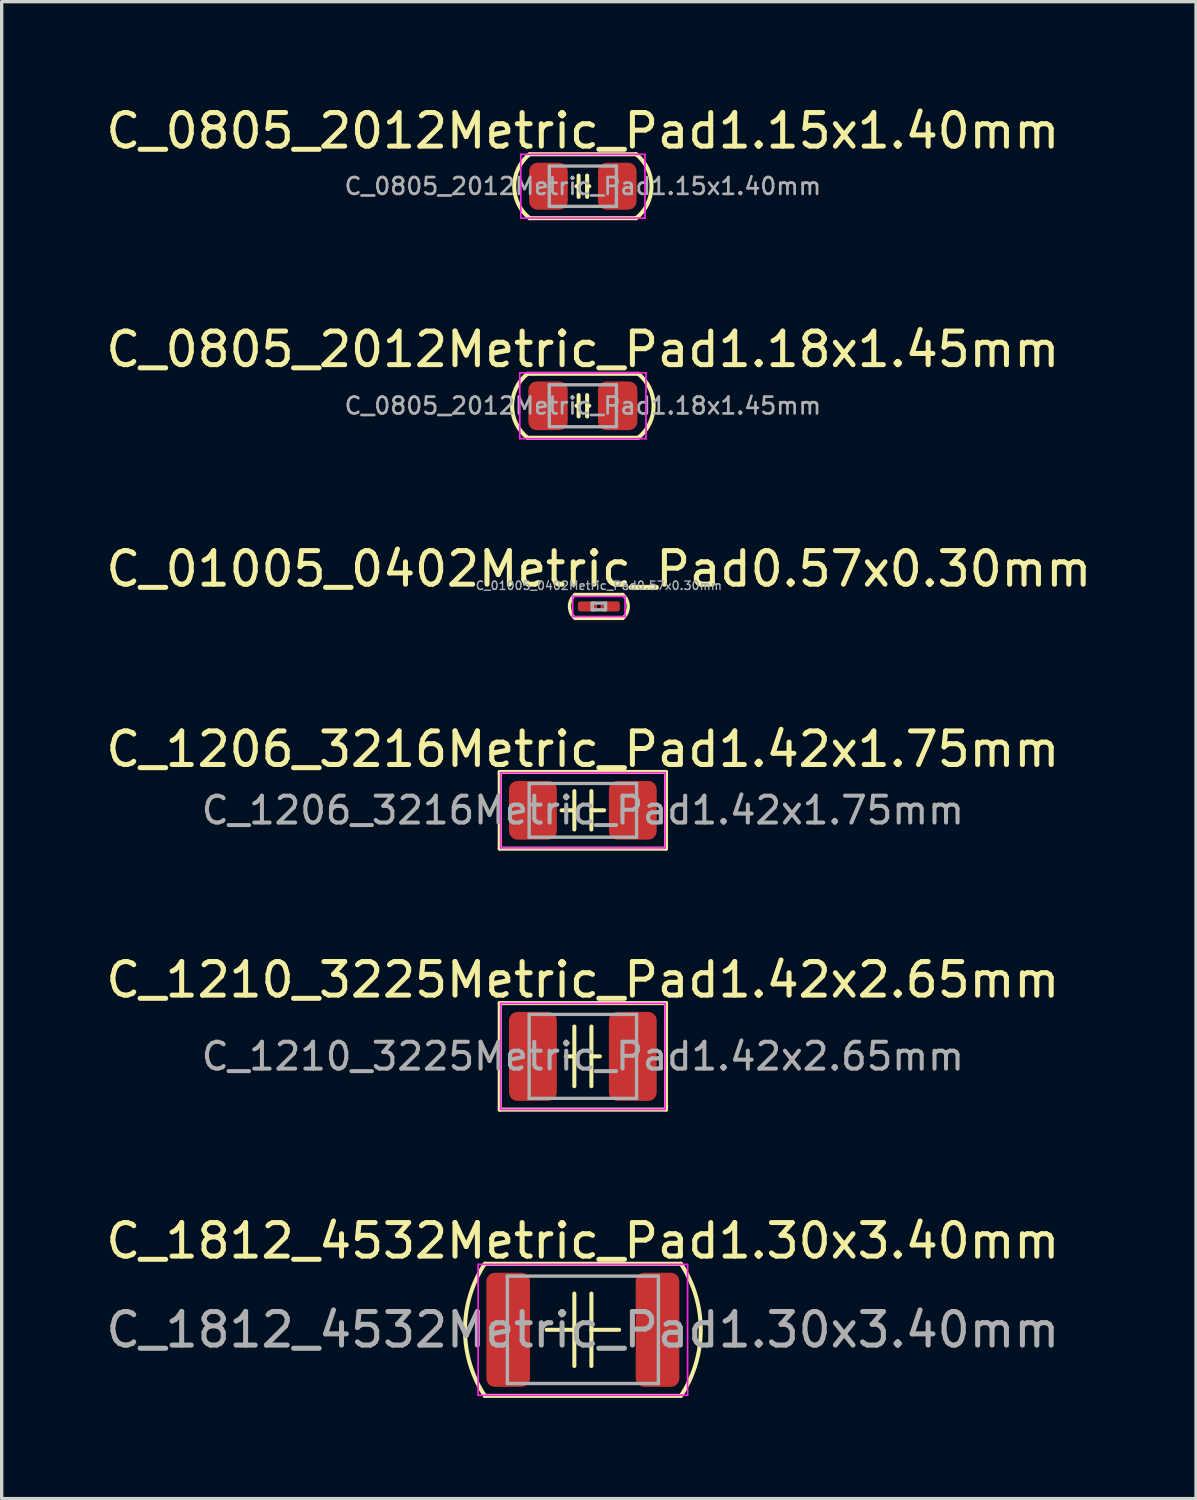
<source format=kicad_pcb>
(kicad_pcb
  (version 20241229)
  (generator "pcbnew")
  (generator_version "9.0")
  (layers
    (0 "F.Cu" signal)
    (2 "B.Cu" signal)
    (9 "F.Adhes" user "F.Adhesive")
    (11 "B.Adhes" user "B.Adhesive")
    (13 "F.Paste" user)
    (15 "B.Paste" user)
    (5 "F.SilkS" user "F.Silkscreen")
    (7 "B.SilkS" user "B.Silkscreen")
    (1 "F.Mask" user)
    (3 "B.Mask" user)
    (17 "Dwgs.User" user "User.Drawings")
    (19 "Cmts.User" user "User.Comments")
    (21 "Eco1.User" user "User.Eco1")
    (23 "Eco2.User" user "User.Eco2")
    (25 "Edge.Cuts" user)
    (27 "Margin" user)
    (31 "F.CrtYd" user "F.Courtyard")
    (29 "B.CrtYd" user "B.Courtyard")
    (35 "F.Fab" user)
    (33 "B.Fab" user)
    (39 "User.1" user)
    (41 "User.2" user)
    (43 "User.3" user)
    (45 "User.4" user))
  (footprint "C_0805_2012Metric_Pad1.15x1.40mm"
    (layer "F.Cu")
    (at 14.315 2.498)
    (property "Reference" "C_0805_2012Metric_Pad1.15x1.40mm" (at 0 -1.65 0) (layer "F.SilkS") (effects (font (size 1 1) (thickness 0.15))))
    (attr smd)
    (fp_line (start -1.587 0.953) (end 1.587 0.953) (stroke (width 0.12) (type solid)) (layer "F.SilkS"))
    (fp_line (start -0.127 -0.318) (end -0.127 0.318) (stroke (width 0.12) (type solid)) (layer "F.SilkS"))
    (fp_line (start -0.127 0) (end -0.191 0) (stroke (width 0.12) (type solid)) (layer "F.SilkS"))
    (fp_line (start 0.127 0) (end 0.191 0) (stroke (width 0.12) (type solid)) (layer "F.SilkS"))
    (fp_line (start 0.127 0.318) (end 0.127 -0.318) (stroke (width 0.12) (type solid)) (layer "F.SilkS"))
    (fp_line (start 1.587 -0.953) (end -1.587 -0.953) (stroke (width 0.12) (type solid)) (layer "F.SilkS"))
    (fp_arc (start -1.5875 0.9525) (mid -2.045295 0) (end -1.5875 -0.9525) (stroke (width 0.12) (type solid)) (layer "F.SilkS"))
    (fp_arc (start 1.5875 -0.9525) (mid 2.045295 0) (end 1.5875 0.9525) (stroke (width 0.12) (type solid)) (layer "F.SilkS"))
    (fp_line (start -1.85 -0.95) (end 1.85 -0.95) (stroke (width 0.05) (type solid)) (layer "F.CrtYd"))
    (fp_line (start -1.85 0.95) (end -1.85 -0.95) (stroke (width 0.05) (type solid)) (layer "F.CrtYd"))
    (fp_line (start 1.85 -0.95) (end 1.85 0.95) (stroke (width 0.05) (type solid)) (layer "F.CrtYd"))
    (fp_line (start 1.85 0.95) (end -1.85 0.95) (stroke (width 0.05) (type solid)) (layer "F.CrtYd"))
    (fp_line (start -1 -0.6) (end 1 -0.6) (stroke (width 0.1) (type solid)) (layer "F.Fab"))
    (fp_line (start -1 0.6) (end -1 -0.6) (stroke (width 0.1) (type solid)) (layer "F.Fab"))
    (fp_line (start 1 -0.6) (end 1 0.6) (stroke (width 0.1) (type solid)) (layer "F.Fab"))
    (fp_line (start 1 0.6) (end -1 0.6) (stroke (width 0.1) (type solid)) (layer "F.Fab"))
    (fp_text user "${REFERENCE}" (at 0 0 0) (layer "F.Fab") (effects (font (size 0.5 0.5) (thickness 0.08))))
    (pad "1" smd roundrect (at -1.025 0) (size 1.15 1.4) (layers "F.Cu" "F.Mask" "F.Paste") (roundrect_rratio 0.217))
    (pad "2" smd roundrect (at 1.025 0) (size 1.15 1.4) (layers "F.Cu" "F.Mask" "F.Paste") (roundrect_rratio 0.217)))
  (footprint "C_01005_0402Metric_Pad0.57x0.30mm"
    (layer "F.Cu")
    (at 14.792 15.017)
    (property "Reference" "C_01005_0402Metric_Pad0.57x0.30mm" (at 0 -1.118 0) (layer "F.SilkS") (effects (font (size 1 1) (thickness 0.15))))
    (attr smd)
    (fp_line (start -0.711 0.356) (end 0.711 0.356) (stroke (width 0.1) (type solid)) (layer "F.SilkS"))
    (fp_line (start 0.711 -0.356) (end -0.711 -0.356) (stroke (width 0.1) (type solid)) (layer "F.SilkS"))
    (fp_arc (start -0.7112 0.355598) (mid -0.874757 -0.000001) (end -0.7112 -0.3556) (stroke (width 0.1) (type solid)) (layer "F.SilkS"))
    (fp_arc (start 0.7112 -0.355598) (mid 0.874757 0.000001) (end 0.7112 0.3556) (stroke (width 0.1) (type solid)) (layer "F.SilkS"))
    (fp_line (start -0.78 -0.3) (end 0.78 -0.3) (stroke (width 0.05) (type solid)) (layer "F.CrtYd"))
    (fp_line (start -0.78 0.3) (end -0.78 -0.3) (stroke (width 0.05) (type solid)) (layer "F.CrtYd"))
    (fp_line (start 0.78 -0.3) (end 0.78 0.3) (stroke (width 0.05) (type solid)) (layer "F.CrtYd"))
    (fp_line (start 0.78 0.3) (end -0.78 0.3) (stroke (width 0.05) (type solid)) (layer "F.CrtYd"))
    (fp_line (start -0.2 -0.1) (end 0.2 -0.1) (stroke (width 0.1) (type solid)) (layer "F.Fab"))
    (fp_line (start -0.2 0.1) (end -0.2 -0.1) (stroke (width 0.1) (type solid)) (layer "F.Fab"))
    (fp_line (start 0.2 -0.1) (end 0.2 0.1) (stroke (width 0.1) (type solid)) (layer "F.Fab"))
    (fp_line (start 0.2 0.1) (end -0.2 0.1) (stroke (width 0.1) (type solid)) (layer "F.Fab"))
    (fp_text user "${REFERENCE}" (at 0 -0.62 0) (layer "F.Fab") (effects (font (size 0.25 0.25) (thickness 0.04))))
    (pad "" smd roundrect (at -0.362 0) (size 0.41 0.27) (layers "F.Paste") (roundrect_rratio 0.25))
    (pad "" smd roundrect (at 0.362 0) (size 0.41 0.27) (layers "F.Paste") (roundrect_rratio 0.25))
    (pad "1" smd roundrect (at -0.338 0) (size 0.575 0.3) (layers "F.Cu" "F.Mask") (roundrect_rratio 0.25))
    (pad "2" smd roundrect (at 0.338 0) (size 0.575 0.3) (layers "F.Cu" "F.Mask") (roundrect_rratio 0.25)))
  (footprint "C_0805_2012Metric_Pad1.18x1.45mm"
    (layer "F.Cu")
    (at 14.315 9.039)
    (property "Reference" "C_0805_2012Metric_Pad1.18x1.45mm" (at 0 -1.68 0) (layer "F.SilkS") (effects (font (size 1 1) (thickness 0.15))))
    (attr smd)
    (fp_line (start -1.651 0.953) (end 1.651 0.953) (stroke (width 0.12) (type solid)) (layer "F.SilkS"))
    (fp_line (start -0.127 -0.318) (end -0.127 0.318) (stroke (width 0.12) (type solid)) (layer "F.SilkS"))
    (fp_line (start -0.127 0) (end -0.191 0) (stroke (width 0.12) (type solid)) (layer "F.SilkS"))
    (fp_line (start 0.127 0) (end 0.191 0) (stroke (width 0.12) (type solid)) (layer "F.SilkS"))
    (fp_line (start 0.127 0.318) (end 0.127 -0.318) (stroke (width 0.12) (type solid)) (layer "F.SilkS"))
    (fp_line (start 1.651 -0.953) (end -1.651 -0.953) (stroke (width 0.12) (type solid)) (layer "F.SilkS"))
    (fp_arc (start -1.651 0.9525) (mid -2.108795 0) (end -1.651 -0.9525) (stroke (width 0.12) (type solid)) (layer "F.SilkS"))
    (fp_arc (start 1.651 -0.9525) (mid 2.108795 0) (end 1.651 0.9525) (stroke (width 0.12) (type solid)) (layer "F.SilkS"))
    (fp_line (start -1.88 -0.98) (end 1.88 -0.98) (stroke (width 0.05) (type solid)) (layer "F.CrtYd"))
    (fp_line (start -1.88 0.98) (end -1.88 -0.98) (stroke (width 0.05) (type solid)) (layer "F.CrtYd"))
    (fp_line (start 1.88 -0.98) (end 1.88 0.98) (stroke (width 0.05) (type solid)) (layer "F.CrtYd"))
    (fp_line (start 1.88 0.98) (end -1.88 0.98) (stroke (width 0.05) (type solid)) (layer "F.CrtYd"))
    (fp_line (start -1 -0.625) (end 1 -0.625) (stroke (width 0.1) (type solid)) (layer "F.Fab"))
    (fp_line (start -1 0.625) (end -1 -0.625) (stroke (width 0.1) (type solid)) (layer "F.Fab"))
    (fp_line (start 1 -0.625) (end 1 0.625) (stroke (width 0.1) (type solid)) (layer "F.Fab"))
    (fp_line (start 1 0.625) (end -1 0.625) (stroke (width 0.1) (type solid)) (layer "F.Fab"))
    (fp_text user "${REFERENCE}" (at 0 0 0) (layer "F.Fab") (effects (font (size 0.5 0.5) (thickness 0.08))))
    (pad "1" smd roundrect (at -1.038 0) (size 1.175 1.45) (layers "F.Cu" "F.Mask" "F.Paste") (roundrect_rratio 0.213))
    (pad "2" smd roundrect (at 1.038 0) (size 1.175 1.45) (layers "F.Cu" "F.Mask" "F.Paste") (roundrect_rratio 0.213)))
  (footprint "C_1210_3225Metric_Pad1.42x2.65mm"
    (layer "F.Cu")
    (at 14.315 28.422)
    (property "Reference" "C_1210_3225Metric_Pad1.42x2.65mm" (at 0 -2.28 0) (layer "F.SilkS") (effects (font (size 1 1) (thickness 0.15))))
    (attr smd)
    (fp_line (start -2.477 -1.587) (end -2.477 1.587) (stroke (width 0.12) (type solid)) (layer "F.SilkS"))
    (fp_line (start -2.477 1.587) (end 2.477 1.587) (stroke (width 0.12) (type solid)) (layer "F.SilkS"))
    (fp_line (start -0.254 -0.889) (end -0.254 0) (stroke (width 0.12) (type solid)) (layer "F.SilkS"))
    (fp_line (start -0.254 0) (end -0.508 0) (stroke (width 0.12) (type solid)) (layer "F.SilkS"))
    (fp_line (start -0.254 0) (end -0.254 0.889) (stroke (width 0.12) (type solid)) (layer "F.SilkS"))
    (fp_line (start 0.254 -0.889) (end 0.254 0.889) (stroke (width 0.12) (type solid)) (layer "F.SilkS"))
    (fp_line (start 0.254 0) (end 0.508 0) (stroke (width 0.12) (type solid)) (layer "F.SilkS"))
    (fp_line (start 2.477 -1.587) (end -2.477 -1.587) (stroke (width 0.12) (type solid)) (layer "F.SilkS"))
    (fp_line (start 2.477 1.587) (end 2.477 -1.587) (stroke (width 0.12) (type solid)) (layer "F.SilkS"))
    (fp_line (start -2.45 -1.58) (end 2.45 -1.58) (stroke (width 0.05) (type solid)) (layer "F.CrtYd"))
    (fp_line (start -2.45 1.58) (end -2.45 -1.58) (stroke (width 0.05) (type solid)) (layer "F.CrtYd"))
    (fp_line (start 2.45 -1.58) (end 2.45 1.58) (stroke (width 0.05) (type solid)) (layer "F.CrtYd"))
    (fp_line (start 2.45 1.58) (end -2.45 1.58) (stroke (width 0.05) (type solid)) (layer "F.CrtYd"))
    (fp_line (start -1.6 -1.25) (end 1.6 -1.25) (stroke (width 0.1) (type solid)) (layer "F.Fab"))
    (fp_line (start -1.6 1.25) (end -1.6 -1.25) (stroke (width 0.1) (type solid)) (layer "F.Fab"))
    (fp_line (start 1.6 -1.25) (end 1.6 1.25) (stroke (width 0.1) (type solid)) (layer "F.Fab"))
    (fp_line (start 1.6 1.25) (end -1.6 1.25) (stroke (width 0.1) (type solid)) (layer "F.Fab"))
    (fp_text user "${REFERENCE}" (at 0 0 0) (layer "F.Fab") (effects (font (size 0.8 0.8) (thickness 0.12))))
    (pad "1" smd roundrect (at -1.488 0) (size 1.425 2.65) (layers "F.Cu" "F.Mask" "F.Paste") (roundrect_rratio 0.175))
    (pad "2" smd roundrect (at 1.488 0) (size 1.425 2.65) (layers "F.Cu" "F.Mask" "F.Paste") (roundrect_rratio 0.175)))
  (footprint "C_1812_4532Metric_Pad1.30x3.40mm"
    (layer "F.Cu")
    (at 14.315 36.568)
    (property "Reference" "C_1812_4532Metric_Pad1.30x3.40mm" (at 0 -2.65 0) (layer "F.SilkS") (effects (font (size 1 1) (thickness 0.15))))
    (attr smd)
    (fp_line (start -2.921 1.968) (end 2.921 1.968) (stroke (width 0.12) (type solid)) (layer "F.SilkS"))
    (fp_line (start -0.254 -1.079) (end -0.254 0) (stroke (width 0.12) (type solid)) (layer "F.SilkS"))
    (fp_line (start -0.254 0) (end -1.079 0) (stroke (width 0.12) (type solid)) (layer "F.SilkS"))
    (fp_line (start -0.254 0) (end -0.254 1.079) (stroke (width 0.12) (type solid)) (layer "F.SilkS"))
    (fp_line (start 0.254 -1.079) (end 0.254 0) (stroke (width 0.12) (type solid)) (layer "F.SilkS"))
    (fp_line (start 0.254 0) (end 0.254 1.079) (stroke (width 0.12) (type solid)) (layer "F.SilkS"))
    (fp_line (start 0.254 0) (end 1.079 0) (stroke (width 0.12) (type solid)) (layer "F.SilkS"))
    (fp_line (start 2.921 -1.968) (end -2.921 -1.968) (stroke (width 0.12) (type solid)) (layer "F.SilkS"))
    (fp_arc (start -2.921001 1.968499) (mid -3.511725 -0.000001) (end -2.921 -1.9685) (stroke (width 0.12) (type solid)) (layer "F.SilkS"))
    (fp_arc (start 2.921001 -1.968499) (mid 3.511725 0.000001) (end 2.921 1.9685) (stroke (width 0.12) (type solid)) (layer "F.SilkS"))
    (fp_line (start -3.12 -1.95) (end 3.12 -1.95) (stroke (width 0.05) (type solid)) (layer "F.CrtYd"))
    (fp_line (start -3.12 1.95) (end -3.12 -1.95) (stroke (width 0.05) (type solid)) (layer "F.CrtYd"))
    (fp_line (start 3.12 -1.95) (end 3.12 1.95) (stroke (width 0.05) (type solid)) (layer "F.CrtYd"))
    (fp_line (start 3.12 1.95) (end -3.12 1.95) (stroke (width 0.05) (type solid)) (layer "F.CrtYd"))
    (fp_line (start -2.25 -1.6) (end 2.25 -1.6) (stroke (width 0.1) (type solid)) (layer "F.Fab"))
    (fp_line (start -2.25 1.6) (end -2.25 -1.6) (stroke (width 0.1) (type solid)) (layer "F.Fab"))
    (fp_line (start 2.25 -1.6) (end 2.25 1.6) (stroke (width 0.1) (type solid)) (layer "F.Fab"))
    (fp_line (start 2.25 1.6) (end -2.25 1.6) (stroke (width 0.1) (type solid)) (layer "F.Fab"))
    (fp_text user "${REFERENCE}" (at 0 0 0) (layer "F.Fab") (effects (font (size 1 1) (thickness 0.15))))
    (pad "1" smd roundrect (at -2.225 0) (size 1.3 3.4) (layers "F.Cu" "F.Mask" "F.Paste") (roundrect_rratio 0.192))
    (pad "2" smd roundrect (at 2.225 0) (size 1.3 3.4) (layers "F.Cu" "F.Mask" "F.Paste") (roundrect_rratio 0.192)))
  (footprint "C_1206_3216Metric_Pad1.42x1.75mm"
    (layer "F.Cu")
    (at 14.315 21.091)
    (property "Reference" "C_1206_3216Metric_Pad1.42x1.75mm" (at 0 -1.82 0) (layer "F.SilkS") (effects (font (size 1 1) (thickness 0.15))))
    (attr smd)
    (fp_line (start -2.477 -1.143) (end -2.477 -1.079) (stroke (width 0.12) (type solid)) (layer "F.SilkS"))
    (fp_line (start -2.477 -1.079) (end -2.477 1.143) (stroke (width 0.12) (type solid)) (layer "F.SilkS"))
    (fp_line (start -2.477 1.143) (end 2.477 1.143) (stroke (width 0.12) (type solid)) (layer "F.SilkS"))
    (fp_line (start -0.254 -0.572) (end -0.254 0.572) (stroke (width 0.12) (type solid)) (layer "F.SilkS"))
    (fp_line (start -0.254 0) (end -0.635 0) (stroke (width 0.12) (type solid)) (layer "F.SilkS"))
    (fp_line (start 0.254 -0.572) (end 0.254 0.572) (stroke (width 0.12) (type solid)) (layer "F.SilkS"))
    (fp_line (start 0.254 0) (end 0.635 0) (stroke (width 0.12) (type solid)) (layer "F.SilkS"))
    (fp_line (start 2.477 -1.143) (end -2.477 -1.143) (stroke (width 0.12) (type solid)) (layer "F.SilkS"))
    (fp_line (start 2.477 1.143) (end 2.477 -1.143) (stroke (width 0.12) (type solid)) (layer "F.SilkS"))
    (fp_line (start -2.45 -1.12) (end 2.45 -1.12) (stroke (width 0.05) (type solid)) (layer "F.CrtYd"))
    (fp_line (start -2.45 1.12) (end -2.45 -1.12) (stroke (width 0.05) (type solid)) (layer "F.CrtYd"))
    (fp_line (start 2.45 -1.12) (end 2.45 1.12) (stroke (width 0.05) (type solid)) (layer "F.CrtYd"))
    (fp_line (start 2.45 1.12) (end -2.45 1.12) (stroke (width 0.05) (type solid)) (layer "F.CrtYd"))
    (fp_line (start -1.6 -0.8) (end 1.6 -0.8) (stroke (width 0.1) (type solid)) (layer "F.Fab"))
    (fp_line (start -1.6 0.8) (end -1.6 -0.8) (stroke (width 0.1) (type solid)) (layer "F.Fab"))
    (fp_line (start 1.6 -0.8) (end 1.6 0.8) (stroke (width 0.1) (type solid)) (layer "F.Fab"))
    (fp_line (start 1.6 0.8) (end -1.6 0.8) (stroke (width 0.1) (type solid)) (layer "F.Fab"))
    (fp_text user "${REFERENCE}" (at 0 0 0) (layer "F.Fab") (effects (font (size 0.8 0.8) (thickness 0.12))))
    (pad "1" smd roundrect (at -1.488 0) (size 1.425 1.75) (layers "F.Cu" "F.Mask" "F.Paste") (roundrect_rratio 0.175))
    (pad "2" smd roundrect (at 1.488 0) (size 1.425 1.75) (layers "F.Cu" "F.Mask" "F.Paste") (roundrect_rratio 0.175)))
  (gr_rect
    (start -3 -3)
    (end 32.583 41.597)
    (stroke (width 0.1) (type default))
    (fill no)
    (layer "Edge.Cuts")))
</source>
